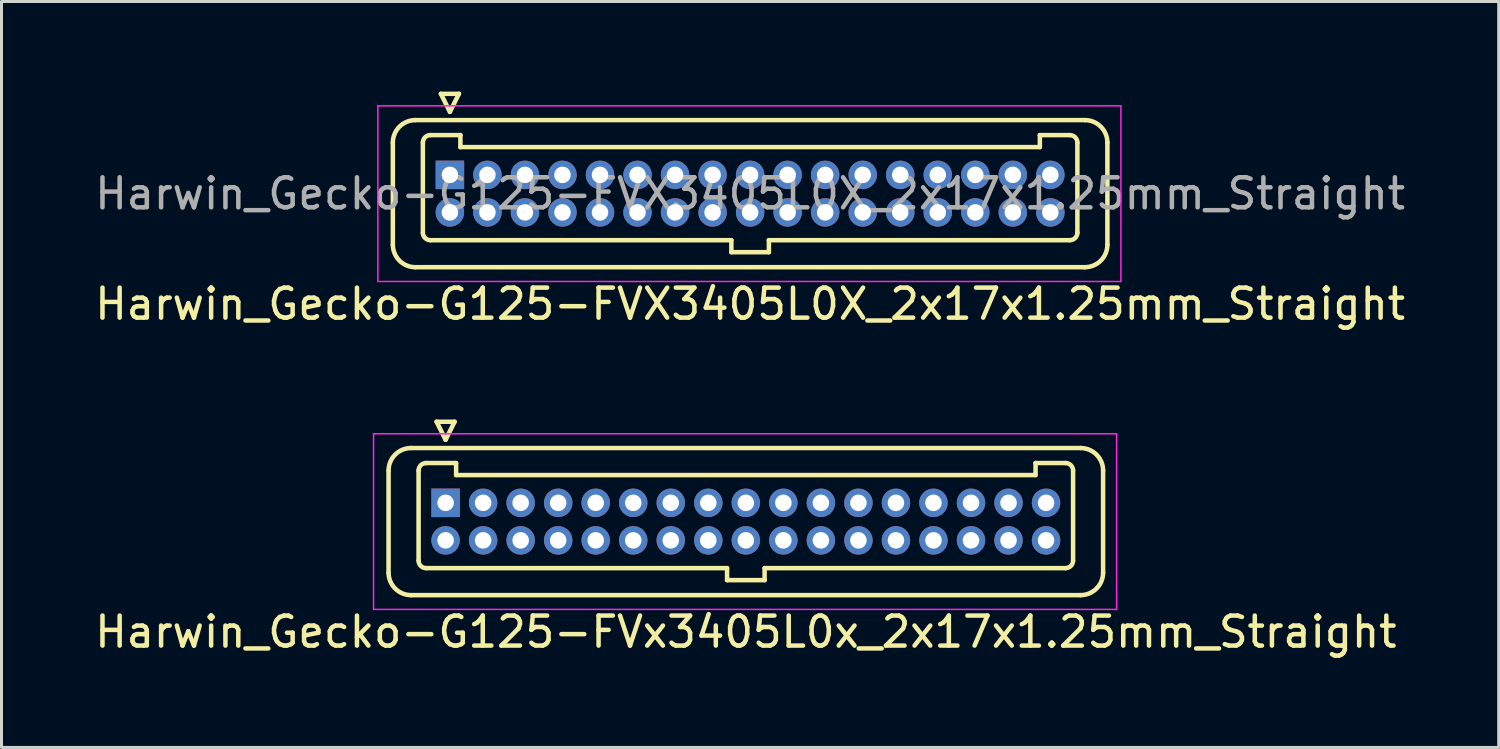
<source format=kicad_pcb>
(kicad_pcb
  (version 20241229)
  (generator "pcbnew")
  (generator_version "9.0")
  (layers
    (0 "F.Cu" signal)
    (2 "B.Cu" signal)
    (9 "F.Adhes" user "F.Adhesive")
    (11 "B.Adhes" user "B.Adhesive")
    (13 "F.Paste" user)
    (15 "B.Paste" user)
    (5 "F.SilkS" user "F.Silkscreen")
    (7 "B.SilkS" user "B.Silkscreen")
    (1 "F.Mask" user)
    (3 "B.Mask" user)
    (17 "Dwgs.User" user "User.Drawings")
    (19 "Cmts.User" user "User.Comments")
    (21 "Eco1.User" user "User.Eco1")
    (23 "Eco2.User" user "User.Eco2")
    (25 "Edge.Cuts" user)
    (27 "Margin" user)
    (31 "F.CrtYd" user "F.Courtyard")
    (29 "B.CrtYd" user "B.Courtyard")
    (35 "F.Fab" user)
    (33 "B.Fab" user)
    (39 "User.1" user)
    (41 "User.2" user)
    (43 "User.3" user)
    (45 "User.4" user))
  (footprint "Harwin_Gecko-G125-FVX3405L0X_2x17x1.25mm_Straight"
    (layer "F.Cu")
    (at 11.935 2.775)
    (property "Reference" "Harwin_Gecko-G125-FVX3405L0X_2x17x1.25mm_Straight" (at 10 4.3 0) (layer "F.SilkS") (effects (font (size 1 1) (thickness 0.15))))
    (attr through_hole)
    (fp_line (start -1.9 -1.075) (end -1.9 2.325) (stroke (width 0.15) (type solid)) (layer "F.SilkS"))
    (fp_line (start -1.15 -1.825) (end 21.15 -1.825) (stroke (width 0.15) (type solid)) (layer "F.SilkS"))
    (fp_line (start -1.15 3.075) (end 21.15 3.075) (stroke (width 0.15) (type solid)) (layer "F.SilkS"))
    (fp_line (start -0.9 -1.075) (end -0.9 1.925) (stroke (width 0.15) (type solid)) (layer "F.SilkS"))
    (fp_line (start -0.65 -1.325) (end 0.35 -1.325) (stroke (width 0.15) (type solid)) (layer "F.SilkS"))
    (fp_line (start -0.65 2.175) (end 9.375 2.175) (stroke (width 0.15) (type solid)) (layer "F.SilkS"))
    (fp_line (start -0.3 -2.7) (end 0.3 -2.7) (stroke (width 0.15) (type solid)) (layer "F.SilkS"))
    (fp_line (start 0 -2.1) (end -0.3 -2.7) (stroke (width 0.15) (type solid)) (layer "F.SilkS"))
    (fp_line (start 0.3 -2.7) (end 0 -2.1) (stroke (width 0.15) (type solid)) (layer "F.SilkS"))
    (fp_line (start 0.35 -1.325) (end 0.35 -0.925) (stroke (width 0.15) (type solid)) (layer "F.SilkS"))
    (fp_line (start 0.35 -0.925) (end 19.65 -0.925) (stroke (width 0.15) (type solid)) (layer "F.SilkS"))
    (fp_line (start 9.375 2.175) (end 9.375 2.575) (stroke (width 0.15) (type solid)) (layer "F.SilkS"))
    (fp_line (start 9.375 2.575) (end 10.625 2.575) (stroke (width 0.15) (type solid)) (layer "F.SilkS"))
    (fp_line (start 10.625 2.175) (end 20.65 2.175) (stroke (width 0.15) (type solid)) (layer "F.SilkS"))
    (fp_line (start 10.625 2.575) (end 10.625 2.175) (stroke (width 0.15) (type solid)) (layer "F.SilkS"))
    (fp_line (start 19.65 -1.325) (end 20.65 -1.325) (stroke (width 0.15) (type solid)) (layer "F.SilkS"))
    (fp_line (start 19.65 -0.925) (end 19.65 -1.325) (stroke (width 0.15) (type solid)) (layer "F.SilkS"))
    (fp_line (start 20.9 -1.075) (end 20.9 1.925) (stroke (width 0.15) (type solid)) (layer "F.SilkS"))
    (fp_line (start 21.9 -1.075) (end 21.9 2.325) (stroke (width 0.15) (type solid)) (layer "F.SilkS"))
    (fp_arc (start -1.9 -1.075) (mid -1.68033 -1.60533) (end -1.15 -1.825) (stroke (width 0.15) (type solid)) (layer "F.SilkS"))
    (fp_arc (start -1.15 3.075) (mid -1.68033 2.85533) (end -1.9 2.325) (stroke (width 0.15) (type solid)) (layer "F.SilkS"))
    (fp_arc (start -0.9 -1.075) (mid -0.826777 -1.251777) (end -0.65 -1.325) (stroke (width 0.15) (type solid)) (layer "F.SilkS"))
    (fp_arc (start -0.65 2.175) (mid -0.826777 2.101777) (end -0.9 1.925) (stroke (width 0.15) (type solid)) (layer "F.SilkS"))
    (fp_arc (start 20.65 -1.325) (mid 20.826777 -1.251777) (end 20.9 -1.075) (stroke (width 0.15) (type solid)) (layer "F.SilkS"))
    (fp_arc (start 20.9 1.925) (mid 20.826777 2.101777) (end 20.65 2.175) (stroke (width 0.15) (type solid)) (layer "F.SilkS"))
    (fp_arc (start 21.15 -1.825) (mid 21.68033 -1.60533) (end 21.9 -1.075) (stroke (width 0.15) (type solid)) (layer "F.SilkS"))
    (fp_arc (start 21.9 2.325) (mid 21.68033 2.85533) (end 21.15 3.075) (stroke (width 0.15) (type solid)) (layer "F.SilkS"))
    (fp_line (start -2.4 -2.3) (end -2.4 3.55) (stroke (width 0.05) (type solid)) (layer "F.CrtYd"))
    (fp_line (start -2.4 3.55) (end 22.35 3.55) (stroke (width 0.05) (type solid)) (layer "F.CrtYd"))
    (fp_line (start 22.35 -2.3) (end -2.4 -2.3) (stroke (width 0.05) (type solid)) (layer "F.CrtYd"))
    (fp_line (start 22.35 3.55) (end 22.35 -2.3) (stroke (width 0.05) (type solid)) (layer "F.CrtYd"))
    (fp_text user "${REFERENCE}" (at 10 0.625 0) (layer "F.Fab") (effects (font (size 1 1) (thickness 0.15))))
    (pad "1" thru_hole rect (at 0 0) (size 0.95 0.95) (drill 0.55) (layers "*.Cu" "*.Mask"))
    (pad "2" thru_hole circle (at 1.25 0) (size 0.95 0.95) (drill 0.55) (layers "*.Cu" "*.Mask"))
    (pad "3" thru_hole circle (at 2.5 0) (size 0.95 0.95) (drill 0.55) (layers "*.Cu" "*.Mask"))
    (pad "4" thru_hole circle (at 3.75 0) (size 0.95 0.95) (drill 0.55) (layers "*.Cu" "*.Mask"))
    (pad "5" thru_hole circle (at 5 0) (size 0.95 0.95) (drill 0.55) (layers "*.Cu" "*.Mask"))
    (pad "6" thru_hole circle (at 6.25 0) (size 0.95 0.95) (drill 0.55) (layers "*.Cu" "*.Mask"))
    (pad "7" thru_hole circle (at 7.5 0) (size 0.95 0.95) (drill 0.55) (layers "*.Cu" "*.Mask"))
    (pad "8" thru_hole circle (at 8.75 0) (size 0.95 0.95) (drill 0.55) (layers "*.Cu" "*.Mask"))
    (pad "9" thru_hole circle (at 10 0) (size 0.95 0.95) (drill 0.55) (layers "*.Cu" "*.Mask"))
    (pad "10" thru_hole circle (at 11.25 0) (size 0.95 0.95) (drill 0.55) (layers "*.Cu" "*.Mask"))
    (pad "11" thru_hole circle (at 12.5 0) (size 0.95 0.95) (drill 0.55) (layers "*.Cu" "*.Mask"))
    (pad "12" thru_hole circle (at 13.75 0) (size 0.95 0.95) (drill 0.55) (layers "*.Cu" "*.Mask"))
    (pad "13" thru_hole circle (at 15 0) (size 0.95 0.95) (drill 0.55) (layers "*.Cu" "*.Mask"))
    (pad "14" thru_hole circle (at 16.25 0) (size 0.95 0.95) (drill 0.55) (layers "*.Cu" "*.Mask"))
    (pad "15" thru_hole circle (at 17.5 0) (size 0.95 0.95) (drill 0.55) (layers "*.Cu" "*.Mask"))
    (pad "16" thru_hole circle (at 18.75 0) (size 0.95 0.95) (drill 0.55) (layers "*.Cu" "*.Mask"))
    (pad "17" thru_hole circle (at 20 0) (size 0.95 0.95) (drill 0.55) (layers "*.Cu" "*.Mask"))
    (pad "18" thru_hole circle (at 0 1.25) (size 0.95 0.95) (drill 0.55) (layers "*.Cu" "*.Mask"))
    (pad "19" thru_hole circle (at 1.25 1.25) (size 0.95 0.95) (drill 0.55) (layers "*.Cu" "*.Mask"))
    (pad "20" thru_hole circle (at 2.5 1.25) (size 0.95 0.95) (drill 0.55) (layers "*.Cu" "*.Mask"))
    (pad "21" thru_hole circle (at 3.75 1.25) (size 0.95 0.95) (drill 0.55) (layers "*.Cu" "*.Mask"))
    (pad "22" thru_hole circle (at 5 1.25) (size 0.95 0.95) (drill 0.55) (layers "*.Cu" "*.Mask"))
    (pad "23" thru_hole circle (at 6.25 1.25) (size 0.95 0.95) (drill 0.55) (layers "*.Cu" "*.Mask"))
    (pad "24" thru_hole circle (at 7.5 1.25) (size 0.95 0.95) (drill 0.55) (layers "*.Cu" "*.Mask"))
    (pad "25" thru_hole circle (at 8.75 1.25) (size 0.95 0.95) (drill 0.55) (layers "*.Cu" "*.Mask"))
    (pad "26" thru_hole circle (at 10 1.25) (size 0.95 0.95) (drill 0.55) (layers "*.Cu" "*.Mask"))
    (pad "27" thru_hole circle (at 11.25 1.25) (size 0.95 0.95) (drill 0.55) (layers "*.Cu" "*.Mask"))
    (pad "28" thru_hole circle (at 12.5 1.25) (size 0.95 0.95) (drill 0.55) (layers "*.Cu" "*.Mask"))
    (pad "29" thru_hole circle (at 13.75 1.25) (size 0.95 0.95) (drill 0.55) (layers "*.Cu" "*.Mask"))
    (pad "30" thru_hole circle (at 15 1.25) (size 0.95 0.95) (drill 0.55) (layers "*.Cu" "*.Mask"))
    (pad "31" thru_hole circle (at 16.25 1.25) (size 0.95 0.95) (drill 0.55) (layers "*.Cu" "*.Mask"))
    (pad "32" thru_hole circle (at 17.5 1.25) (size 0.95 0.95) (drill 0.55) (layers "*.Cu" "*.Mask"))
    (pad "33" thru_hole circle (at 18.75 1.25) (size 0.95 0.95) (drill 0.55) (layers "*.Cu" "*.Mask"))
    (pad "34" thru_hole circle (at 20 1.25) (size 0.95 0.95) (drill 0.55) (layers "*.Cu" "*.Mask")))
  (footprint "Harwin_Gecko-G125-FVx3405L0x_2x17x1.25mm_Straight"
    (layer "F.Cu")
    (at 11.792 13.698)
    (property "Reference" "Harwin_Gecko-G125-FVx3405L0x_2x17x1.25mm_Straight" (at 10 4.3 0) (layer "F.SilkS") (effects (font (size 1 1) (thickness 0.15))))
    (attr through_hole)
    (fp_line (start -1.9 -1.075) (end -1.9 2.325) (stroke (width 0.15) (type solid)) (layer "F.SilkS"))
    (fp_line (start -1.15 -1.825) (end 21.15 -1.825) (stroke (width 0.15) (type solid)) (layer "F.SilkS"))
    (fp_line (start -1.15 3.075) (end 21.15 3.075) (stroke (width 0.15) (type solid)) (layer "F.SilkS"))
    (fp_line (start -0.9 -1.075) (end -0.9 1.925) (stroke (width 0.15) (type solid)) (layer "F.SilkS"))
    (fp_line (start -0.65 -1.325) (end 0.35 -1.325) (stroke (width 0.15) (type solid)) (layer "F.SilkS"))
    (fp_line (start -0.65 2.175) (end 9.375 2.175) (stroke (width 0.15) (type solid)) (layer "F.SilkS"))
    (fp_line (start -0.3 -2.7) (end 0.3 -2.7) (stroke (width 0.15) (type solid)) (layer "F.SilkS"))
    (fp_line (start 0 -2.1) (end -0.3 -2.7) (stroke (width 0.15) (type solid)) (layer "F.SilkS"))
    (fp_line (start 0.3 -2.7) (end 0 -2.1) (stroke (width 0.15) (type solid)) (layer "F.SilkS"))
    (fp_line (start 0.35 -1.325) (end 0.35 -0.925) (stroke (width 0.15) (type solid)) (layer "F.SilkS"))
    (fp_line (start 0.35 -0.925) (end 19.65 -0.925) (stroke (width 0.15) (type solid)) (layer "F.SilkS"))
    (fp_line (start 9.375 2.175) (end 9.375 2.575) (stroke (width 0.15) (type solid)) (layer "F.SilkS"))
    (fp_line (start 9.375 2.575) (end 10.625 2.575) (stroke (width 0.15) (type solid)) (layer "F.SilkS"))
    (fp_line (start 10.625 2.175) (end 20.65 2.175) (stroke (width 0.15) (type solid)) (layer "F.SilkS"))
    (fp_line (start 10.625 2.575) (end 10.625 2.175) (stroke (width 0.15) (type solid)) (layer "F.SilkS"))
    (fp_line (start 19.65 -1.325) (end 20.65 -1.325) (stroke (width 0.15) (type solid)) (layer "F.SilkS"))
    (fp_line (start 19.65 -0.925) (end 19.65 -1.325) (stroke (width 0.15) (type solid)) (layer "F.SilkS"))
    (fp_line (start 20.9 -1.075) (end 20.9 1.925) (stroke (width 0.15) (type solid)) (layer "F.SilkS"))
    (fp_line (start 21.9 -1.075) (end 21.9 2.325) (stroke (width 0.15) (type solid)) (layer "F.SilkS"))
    (fp_arc (start -1.9 -1.075) (mid -1.68033 -1.60533) (end -1.15 -1.825) (stroke (width 0.15) (type solid)) (layer "F.SilkS"))
    (fp_arc (start -1.15 3.075) (mid -1.68033 2.85533) (end -1.9 2.325) (stroke (width 0.15) (type solid)) (layer "F.SilkS"))
    (fp_arc (start -0.9 -1.075) (mid -0.826777 -1.251777) (end -0.65 -1.325) (stroke (width 0.15) (type solid)) (layer "F.SilkS"))
    (fp_arc (start -0.65 2.175) (mid -0.826777 2.101777) (end -0.9 1.925) (stroke (width 0.15) (type solid)) (layer "F.SilkS"))
    (fp_arc (start 20.65 -1.325) (mid 20.826777 -1.251777) (end 20.9 -1.075) (stroke (width 0.15) (type solid)) (layer "F.SilkS"))
    (fp_arc (start 20.9 1.925) (mid 20.826777 2.101777) (end 20.65 2.175) (stroke (width 0.15) (type solid)) (layer "F.SilkS"))
    (fp_arc (start 21.15 -1.825) (mid 21.68033 -1.60533) (end 21.9 -1.075) (stroke (width 0.15) (type solid)) (layer "F.SilkS"))
    (fp_arc (start 21.9 2.325) (mid 21.68033 2.85533) (end 21.15 3.075) (stroke (width 0.15) (type solid)) (layer "F.SilkS"))
    (fp_line (start -2.4 -2.3) (end -2.4 3.55) (stroke (width 0.05) (type solid)) (layer "F.CrtYd"))
    (fp_line (start -2.4 3.55) (end 22.35 3.55) (stroke (width 0.05) (type solid)) (layer "F.CrtYd"))
    (fp_line (start 22.35 -2.3) (end -2.4 -2.3) (stroke (width 0.05) (type solid)) (layer "F.CrtYd"))
    (fp_line (start 22.35 3.55) (end 22.35 -2.3) (stroke (width 0.05) (type solid)) (layer "F.CrtYd"))
    (pad "1" thru_hole rect (at 0 0) (size 0.95 0.95) (drill 0.55) (layers "*.Cu" "*.Mask"))
    (pad "2" thru_hole circle (at 0 1.25) (size 0.95 0.95) (drill 0.55) (layers "*.Cu" "*.Mask"))
    (pad "3" thru_hole circle (at 1.25 0) (size 0.95 0.95) (drill 0.55) (layers "*.Cu" "*.Mask"))
    (pad "4" thru_hole circle (at 1.25 1.25) (size 0.95 0.95) (drill 0.55) (layers "*.Cu" "*.Mask"))
    (pad "5" thru_hole circle (at 2.5 0) (size 0.95 0.95) (drill 0.55) (layers "*.Cu" "*.Mask"))
    (pad "6" thru_hole circle (at 2.5 1.25) (size 0.95 0.95) (drill 0.55) (layers "*.Cu" "*.Mask"))
    (pad "7" thru_hole circle (at 3.75 0) (size 0.95 0.95) (drill 0.55) (layers "*.Cu" "*.Mask"))
    (pad "8" thru_hole circle (at 3.75 1.25) (size 0.95 0.95) (drill 0.55) (layers "*.Cu" "*.Mask"))
    (pad "9" thru_hole circle (at 5 0) (size 0.95 0.95) (drill 0.55) (layers "*.Cu" "*.Mask"))
    (pad "10" thru_hole circle (at 5 1.25) (size 0.95 0.95) (drill 0.55) (layers "*.Cu" "*.Mask"))
    (pad "11" thru_hole circle (at 6.25 0) (size 0.95 0.95) (drill 0.55) (layers "*.Cu" "*.Mask"))
    (pad "12" thru_hole circle (at 6.25 1.25) (size 0.95 0.95) (drill 0.55) (layers "*.Cu" "*.Mask"))
    (pad "13" thru_hole circle (at 7.5 0) (size 0.95 0.95) (drill 0.55) (layers "*.Cu" "*.Mask"))
    (pad "14" thru_hole circle (at 7.5 1.25) (size 0.95 0.95) (drill 0.55) (layers "*.Cu" "*.Mask"))
    (pad "15" thru_hole circle (at 8.75 0) (size 0.95 0.95) (drill 0.55) (layers "*.Cu" "*.Mask"))
    (pad "16" thru_hole circle (at 8.75 1.25) (size 0.95 0.95) (drill 0.55) (layers "*.Cu" "*.Mask"))
    (pad "17" thru_hole circle (at 10 0) (size 0.95 0.95) (drill 0.55) (layers "*.Cu" "*.Mask"))
    (pad "18" thru_hole circle (at 10 1.25) (size 0.95 0.95) (drill 0.55) (layers "*.Cu" "*.Mask"))
    (pad "19" thru_hole circle (at 11.25 0) (size 0.95 0.95) (drill 0.55) (layers "*.Cu" "*.Mask"))
    (pad "20" thru_hole circle (at 11.25 1.25) (size 0.95 0.95) (drill 0.55) (layers "*.Cu" "*.Mask"))
    (pad "21" thru_hole circle (at 12.5 0) (size 0.95 0.95) (drill 0.55) (layers "*.Cu" "*.Mask"))
    (pad "22" thru_hole circle (at 12.5 1.25) (size 0.95 0.95) (drill 0.55) (layers "*.Cu" "*.Mask"))
    (pad "23" thru_hole circle (at 13.75 0) (size 0.95 0.95) (drill 0.55) (layers "*.Cu" "*.Mask"))
    (pad "24" thru_hole circle (at 13.75 1.25) (size 0.95 0.95) (drill 0.55) (layers "*.Cu" "*.Mask"))
    (pad "25" thru_hole circle (at 15 0) (size 0.95 0.95) (drill 0.55) (layers "*.Cu" "*.Mask"))
    (pad "26" thru_hole circle (at 15 1.25) (size 0.95 0.95) (drill 0.55) (layers "*.Cu" "*.Mask"))
    (pad "27" thru_hole circle (at 16.25 0) (size 0.95 0.95) (drill 0.55) (layers "*.Cu" "*.Mask"))
    (pad "28" thru_hole circle (at 16.25 1.25) (size 0.95 0.95) (drill 0.55) (layers "*.Cu" "*.Mask"))
    (pad "29" thru_hole circle (at 17.5 0) (size 0.95 0.95) (drill 0.55) (layers "*.Cu" "*.Mask"))
    (pad "30" thru_hole circle (at 17.5 1.25) (size 0.95 0.95) (drill 0.55) (layers "*.Cu" "*.Mask"))
    (pad "31" thru_hole circle (at 18.75 0) (size 0.95 0.95) (drill 0.55) (layers "*.Cu" "*.Mask"))
    (pad "32" thru_hole circle (at 18.75 1.25) (size 0.95 0.95) (drill 0.55) (layers "*.Cu" "*.Mask"))
    (pad "33" thru_hole circle (at 20 0) (size 0.95 0.95) (drill 0.55) (layers "*.Cu" "*.Mask"))
    (pad "34" thru_hole circle (at 20 1.25) (size 0.95 0.95) (drill 0.55) (layers "*.Cu" "*.Mask")))
  (gr_rect
    (start -3 -3)
    (end 46.869 21.846)
    (stroke (width 0.1) (type default))
    (fill no)
    (layer "Edge.Cuts")))
</source>
